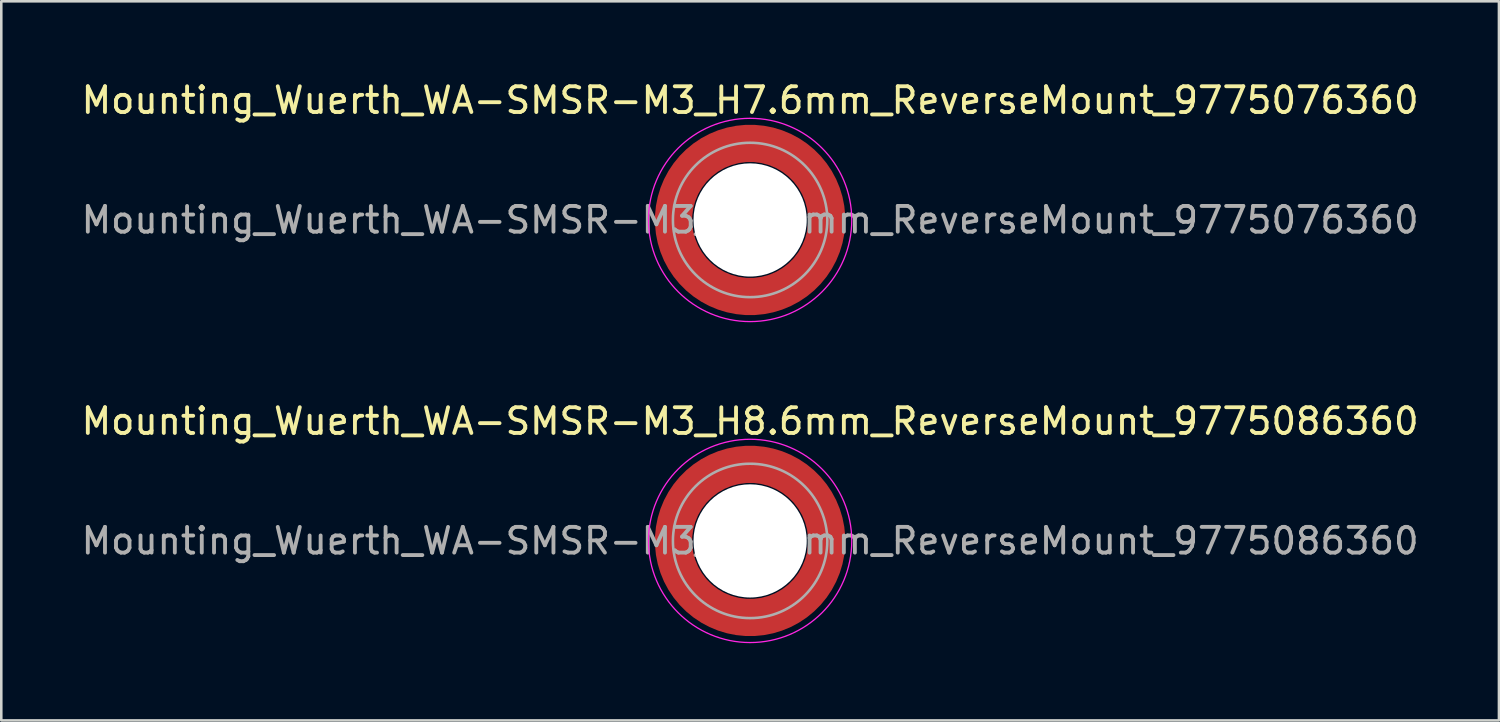
<source format=kicad_pcb>
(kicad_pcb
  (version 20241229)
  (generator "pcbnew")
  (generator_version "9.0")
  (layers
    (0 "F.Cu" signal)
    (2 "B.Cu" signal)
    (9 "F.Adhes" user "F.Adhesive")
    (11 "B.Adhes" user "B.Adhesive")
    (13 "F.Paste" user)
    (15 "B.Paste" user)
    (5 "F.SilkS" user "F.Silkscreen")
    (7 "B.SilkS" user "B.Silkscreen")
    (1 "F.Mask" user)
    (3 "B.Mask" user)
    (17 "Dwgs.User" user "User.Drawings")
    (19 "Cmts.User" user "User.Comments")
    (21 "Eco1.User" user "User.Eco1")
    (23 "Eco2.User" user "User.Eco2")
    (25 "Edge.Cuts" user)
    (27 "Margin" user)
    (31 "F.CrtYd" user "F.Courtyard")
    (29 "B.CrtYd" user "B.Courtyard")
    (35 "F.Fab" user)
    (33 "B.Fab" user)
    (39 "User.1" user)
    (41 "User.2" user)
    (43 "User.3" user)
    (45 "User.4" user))
  (footprint "Mounting_Wuerth_WA-SMSR-M3_H7.6mm_ReverseMount_9775076360"
    (layer "F.Cu")
    (at 26.101 5.498)
    (property "Reference" "Mounting_Wuerth_WA-SMSR-M3_H7.6mm_ReverseMount_9775076360" (at 0 -4.65 0) (layer "F.SilkS") (effects (font (size 1 1) (thickness 0.15))))
    (attr smd allow_soldermask_bridges)
    (fp_circle (center 0 0) (end 3.95 0) (stroke (width 0.05) (type solid)) (fill no) (layer "F.CrtYd"))
    (fp_circle (center 0 0) (end 3 0) (stroke (width 0.1) (type solid)) (fill no) (layer "F.Fab"))
    (fp_text user "${REFERENCE}" (at 0 0 0) (layer "F.Fab") (effects (font (size 1 1) (thickness 0.15))))
    (pad "" smd custom (at -2.095 -2.095) (size 0.672 0.672) (layers "F.Paste") (options (anchor circle)) (primitives (gr_arc (start -0.24231 1.594804) (mid 0.404819 0.404819) (end 1.594804 -0.24231) (width 0.2)) (gr_arc (start -0.3398 1.594804) (mid 0.337349 0.337349) (end 1.594804 -0.3398) (width 0.2)) (gr_arc (start -0.437132 1.594804) (mid 0.269879 0.269879) (end 1.594804 -0.437132) (width 0.2)) (gr_arc (start -0.534324 1.594804) (mid 0.202409 0.202409) (end 1.594804 -0.534324) (width 0.2)) (gr_arc (start -0.631391 1.594804) (mid 0.13494 0.13494) (end 1.594804 -0.631391) (width 0.2)) (gr_arc (start -0.728345 1.594804) (mid 0.06747 0.06747) (end 1.594804 -0.728345) (width 0.2)) (gr_arc (start -0.825197 1.594804) (mid 0 0) (end 1.594804 -0.825197) (width 0.2)) (gr_arc (start -0.921958 1.594804) (mid -0.06747 -0.06747) (end 1.594804 -0.921958) (width 0.2)) (gr_arc (start -1.018637 1.594804) (mid -0.13494 -0.13494) (end 1.594804 -1.018637) (width 0.2)) (gr_arc (start -1.115239 1.594804) (mid -0.202409 -0.202409) (end 1.594804 -1.115239) (width 0.2)) (gr_arc (start -1.211773 1.594804) (mid -0.269879 -0.269879) (end 1.594804 -1.211773) (width 0.2)) (gr_arc (start -1.308244 1.594804) (mid -0.337349 -0.337349) (end 1.594804 -1.308244) (width 0.2)) (gr_arc (start -1.404657 1.594804) (mid -0.404819 -0.404819) (end 1.594804 -1.404657) (width 0.2)) (gr_arc (start -1.404657 1.594804) (mid -0.404819 -0.404819) (end 1.594804 -1.404657) (width 0.2)) (gr_line (start 1.595 -0.242) (end 1.595 -1.405) (width 0.2)) (gr_line (start -0.242 1.595) (end -1.405 1.595) (width 0.2))))
    (pad "" smd custom (at -2.095 2.095) (size 0.672 0.672) (layers "F.Paste") (options (anchor circle)) (primitives (gr_arc (start 1.594804 0.24231) (mid 0.404819 -0.404819) (end -0.24231 -1.594804) (width 0.2)) (gr_arc (start 1.594804 0.3398) (mid 0.337349 -0.337349) (end -0.3398 -1.594804) (width 0.2)) (gr_arc (start 1.594804 0.437132) (mid 0.269879 -0.269879) (end -0.437132 -1.594804) (width 0.2)) (gr_arc (start 1.594804 0.534324) (mid 0.202409 -0.202409) (end -0.534324 -1.594804) (width 0.2)) (gr_arc (start 1.594804 0.631391) (mid 0.13494 -0.13494) (end -0.631391 -1.594804) (width 0.2)) (gr_arc (start 1.594804 0.728345) (mid 0.06747 -0.06747) (end -0.728345 -1.594804) (width 0.2)) (gr_arc (start 1.594804 0.825197) (mid 0 0) (end -0.825197 -1.594804) (width 0.2)) (gr_arc (start 1.594804 0.921958) (mid -0.06747 0.06747) (end -0.921958 -1.594804) (width 0.2)) (gr_arc (start 1.594804 1.018637) (mid -0.13494 0.13494) (end -1.018637 -1.594804) (width 0.2)) (gr_arc (start 1.594804 1.115239) (mid -0.202409 0.202409) (end -1.115239 -1.594804) (width 0.2)) (gr_arc (start 1.594804 1.211773) (mid -0.269879 0.269879) (end -1.211773 -1.594804) (width 0.2)) (gr_arc (start 1.594804 1.308244) (mid -0.337349 0.337349) (end -1.308244 -1.594804) (width 0.2)) (gr_arc (start 1.594804 1.404657) (mid -0.404819 0.404819) (end -1.404657 -1.594804) (width 0.2)) (gr_arc (start 1.594804 1.404657) (mid -0.404819 0.404819) (end -1.404657 -1.594804) (width 0.2)) (gr_line (start -0.242 -1.595) (end -1.405 -1.595) (width 0.2)) (gr_line (start 1.595 0.242) (end 1.595 1.405) (width 0.2))))
    (pad "" np_thru_hole circle (at 0 0) (size 4.4 4.4) (drill 4.4) (layers "*.Cu" "*.Mask"))
    (pad "" smd custom (at 2.095 -2.095) (size 0.672 0.672) (layers "F.Paste") (options (anchor circle)) (primitives (gr_arc (start -1.594804 -0.24231) (mid -0.404819 0.404819) (end 0.24231 1.594804) (width 0.2)) (gr_arc (start -1.594804 -0.3398) (mid -0.337349 0.337349) (end 0.3398 1.594804) (width 0.2)) (gr_arc (start -1.594804 -0.437132) (mid -0.269879 0.269879) (end 0.437132 1.594804) (width 0.2)) (gr_arc (start -1.594804 -0.534324) (mid -0.202409 0.202409) (end 0.534324 1.594804) (width 0.2)) (gr_arc (start -1.594804 -0.631391) (mid -0.13494 0.13494) (end 0.631391 1.594804) (width 0.2)) (gr_arc (start -1.594804 -0.728345) (mid -0.06747 0.06747) (end 0.728345 1.594804) (width 0.2)) (gr_arc (start -1.594804 -0.825197) (mid 0 0) (end 0.825197 1.594804) (width 0.2)) (gr_arc (start -1.594804 -0.921958) (mid 0.06747 -0.06747) (end 0.921958 1.594804) (width 0.2)) (gr_arc (start -1.594804 -1.018637) (mid 0.13494 -0.13494) (end 1.018637 1.594804) (width 0.2)) (gr_arc (start -1.594804 -1.115239) (mid 0.202409 -0.202409) (end 1.115239 1.594804) (width 0.2)) (gr_arc (start -1.594804 -1.211773) (mid 0.269879 -0.269879) (end 1.211773 1.594804) (width 0.2)) (gr_arc (start -1.594804 -1.308244) (mid 0.337349 -0.337349) (end 1.308244 1.594804) (width 0.2)) (gr_arc (start -1.594804 -1.404657) (mid 0.404819 -0.404819) (end 1.404657 1.594804) (width 0.2)) (gr_arc (start -1.594804 -1.404657) (mid 0.404819 -0.404819) (end 1.404657 1.594804) (width 0.2)) (gr_line (start 0.242 1.595) (end 1.405 1.595) (width 0.2)) (gr_line (start -1.595 -0.242) (end -1.595 -1.405) (width 0.2))))
    (pad "" smd custom (at 2.095 2.095) (size 0.672 0.672) (layers "F.Paste") (options (anchor circle)) (primitives (gr_arc (start 0.24231 -1.594804) (mid -0.404819 -0.404819) (end -1.594804 0.24231) (width 0.2)) (gr_arc (start 0.3398 -1.594804) (mid -0.337349 -0.337349) (end -1.594804 0.3398) (width 0.2)) (gr_arc (start 0.437132 -1.594804) (mid -0.269879 -0.269879) (end -1.594804 0.437132) (width 0.2)) (gr_arc (start 0.534324 -1.594804) (mid -0.202409 -0.202409) (end -1.594804 0.534324) (width 0.2)) (gr_arc (start 0.631391 -1.594804) (mid -0.13494 -0.13494) (end -1.594804 0.631391) (width 0.2)) (gr_arc (start 0.728345 -1.594804) (mid -0.06747 -0.06747) (end -1.594804 0.728345) (width 0.2)) (gr_arc (start 0.825197 -1.594804) (mid 0 0) (end -1.594804 0.825197) (width 0.2)) (gr_arc (start 0.921958 -1.594804) (mid 0.06747 0.06747) (end -1.594804 0.921958) (width 0.2)) (gr_arc (start 1.018637 -1.594804) (mid 0.13494 0.13494) (end -1.594804 1.018637) (width 0.2)) (gr_arc (start 1.115239 -1.594804) (mid 0.202409 0.202409) (end -1.594804 1.115239) (width 0.2)) (gr_arc (start 1.211773 -1.594804) (mid 0.269879 0.269879) (end -1.594804 1.211773) (width 0.2)) (gr_arc (start 1.308244 -1.594804) (mid 0.337349 0.337349) (end -1.594804 1.308244) (width 0.2)) (gr_arc (start 1.404657 -1.594804) (mid 0.404819 0.404819) (end -1.594804 1.404657) (width 0.2)) (gr_arc (start 1.404657 -1.594804) (mid 0.404819 0.404819) (end -1.594804 1.404657) (width 0.2)) (gr_line (start -1.595 0.242) (end -1.595 1.405) (width 0.2)) (gr_line (start 0.242 -1.595) (end 1.405 -1.595) (width 0.2))))
    (pad "1" smd circle (at -2.975 0) (size 0.942 0.942) (layers "F.Cu"))
    (pad "1" smd circle (at 0 -2.975) (size 0.942 0.942) (layers "F.Cu"))
    (pad "1" smd circle (at 0 2.975) (size 0.942 0.942) (layers "F.Cu"))
    (pad "1" smd custom (at 2.975 0) (size 1.45 1.45) (layers "F.Cu" "F.Mask") (options (anchor circle)) (primitives (gr_circle (center -2.975 0) (end 0 0) (width 1.45) (fill no)))))
  (footprint "Mounting_Wuerth_WA-SMSR-M3_H8.6mm_ReverseMount_9775086360"
    (layer "F.Cu")
    (at 26.101 17.971)
    (property "Reference" "Mounting_Wuerth_WA-SMSR-M3_H8.6mm_ReverseMount_9775086360" (at 0 -4.65 0) (layer "F.SilkS") (effects (font (size 1 1) (thickness 0.15))))
    (attr smd allow_soldermask_bridges)
    (fp_circle (center 0 0) (end 3.95 0) (stroke (width 0.05) (type solid)) (fill no) (layer "F.CrtYd"))
    (fp_circle (center 0 0) (end 3 0) (stroke (width 0.1) (type solid)) (fill no) (layer "F.Fab"))
    (fp_text user "${REFERENCE}" (at 0 0 0) (layer "F.Fab") (effects (font (size 1 1) (thickness 0.15))))
    (pad "" smd custom (at -2.095 -2.095) (size 0.672 0.672) (layers "F.Paste") (options (anchor circle)) (primitives (gr_arc (start -0.24231 1.594804) (mid 0.404819 0.404819) (end 1.594804 -0.24231) (width 0.2)) (gr_arc (start -0.3398 1.594804) (mid 0.337349 0.337349) (end 1.594804 -0.3398) (width 0.2)) (gr_arc (start -0.437132 1.594804) (mid 0.269879 0.269879) (end 1.594804 -0.437132) (width 0.2)) (gr_arc (start -0.534324 1.594804) (mid 0.202409 0.202409) (end 1.594804 -0.534324) (width 0.2)) (gr_arc (start -0.631391 1.594804) (mid 0.13494 0.13494) (end 1.594804 -0.631391) (width 0.2)) (gr_arc (start -0.728345 1.594804) (mid 0.06747 0.06747) (end 1.594804 -0.728345) (width 0.2)) (gr_arc (start -0.825197 1.594804) (mid 0 0) (end 1.594804 -0.825197) (width 0.2)) (gr_arc (start -0.921958 1.594804) (mid -0.06747 -0.06747) (end 1.594804 -0.921958) (width 0.2)) (gr_arc (start -1.018637 1.594804) (mid -0.13494 -0.13494) (end 1.594804 -1.018637) (width 0.2)) (gr_arc (start -1.115239 1.594804) (mid -0.202409 -0.202409) (end 1.594804 -1.115239) (width 0.2)) (gr_arc (start -1.211773 1.594804) (mid -0.269879 -0.269879) (end 1.594804 -1.211773) (width 0.2)) (gr_arc (start -1.308244 1.594804) (mid -0.337349 -0.337349) (end 1.594804 -1.308244) (width 0.2)) (gr_arc (start -1.404657 1.594804) (mid -0.404819 -0.404819) (end 1.594804 -1.404657) (width 0.2)) (gr_arc (start -1.404657 1.594804) (mid -0.404819 -0.404819) (end 1.594804 -1.404657) (width 0.2)) (gr_line (start 1.595 -0.242) (end 1.595 -1.405) (width 0.2)) (gr_line (start -0.242 1.595) (end -1.405 1.595) (width 0.2))))
    (pad "" smd custom (at -2.095 2.095) (size 0.672 0.672) (layers "F.Paste") (options (anchor circle)) (primitives (gr_arc (start 1.594804 0.24231) (mid 0.404819 -0.404819) (end -0.24231 -1.594804) (width 0.2)) (gr_arc (start 1.594804 0.3398) (mid 0.337349 -0.337349) (end -0.3398 -1.594804) (width 0.2)) (gr_arc (start 1.594804 0.437132) (mid 0.269879 -0.269879) (end -0.437132 -1.594804) (width 0.2)) (gr_arc (start 1.594804 0.534324) (mid 0.202409 -0.202409) (end -0.534324 -1.594804) (width 0.2)) (gr_arc (start 1.594804 0.631391) (mid 0.13494 -0.13494) (end -0.631391 -1.594804) (width 0.2)) (gr_arc (start 1.594804 0.728345) (mid 0.06747 -0.06747) (end -0.728345 -1.594804) (width 0.2)) (gr_arc (start 1.594804 0.825197) (mid 0 0) (end -0.825197 -1.594804) (width 0.2)) (gr_arc (start 1.594804 0.921958) (mid -0.06747 0.06747) (end -0.921958 -1.594804) (width 0.2)) (gr_arc (start 1.594804 1.018637) (mid -0.13494 0.13494) (end -1.018637 -1.594804) (width 0.2)) (gr_arc (start 1.594804 1.115239) (mid -0.202409 0.202409) (end -1.115239 -1.594804) (width 0.2)) (gr_arc (start 1.594804 1.211773) (mid -0.269879 0.269879) (end -1.211773 -1.594804) (width 0.2)) (gr_arc (start 1.594804 1.308244) (mid -0.337349 0.337349) (end -1.308244 -1.594804) (width 0.2)) (gr_arc (start 1.594804 1.404657) (mid -0.404819 0.404819) (end -1.404657 -1.594804) (width 0.2)) (gr_arc (start 1.594804 1.404657) (mid -0.404819 0.404819) (end -1.404657 -1.594804) (width 0.2)) (gr_line (start -0.242 -1.595) (end -1.405 -1.595) (width 0.2)) (gr_line (start 1.595 0.242) (end 1.595 1.405) (width 0.2))))
    (pad "" np_thru_hole circle (at 0 0) (size 4.4 4.4) (drill 4.4) (layers "*.Cu" "*.Mask"))
    (pad "" smd custom (at 2.095 -2.095) (size 0.672 0.672) (layers "F.Paste") (options (anchor circle)) (primitives (gr_arc (start -1.594804 -0.24231) (mid -0.404819 0.404819) (end 0.24231 1.594804) (width 0.2)) (gr_arc (start -1.594804 -0.3398) (mid -0.337349 0.337349) (end 0.3398 1.594804) (width 0.2)) (gr_arc (start -1.594804 -0.437132) (mid -0.269879 0.269879) (end 0.437132 1.594804) (width 0.2)) (gr_arc (start -1.594804 -0.534324) (mid -0.202409 0.202409) (end 0.534324 1.594804) (width 0.2)) (gr_arc (start -1.594804 -0.631391) (mid -0.13494 0.13494) (end 0.631391 1.594804) (width 0.2)) (gr_arc (start -1.594804 -0.728345) (mid -0.06747 0.06747) (end 0.728345 1.594804) (width 0.2)) (gr_arc (start -1.594804 -0.825197) (mid 0 0) (end 0.825197 1.594804) (width 0.2)) (gr_arc (start -1.594804 -0.921958) (mid 0.06747 -0.06747) (end 0.921958 1.594804) (width 0.2)) (gr_arc (start -1.594804 -1.018637) (mid 0.13494 -0.13494) (end 1.018637 1.594804) (width 0.2)) (gr_arc (start -1.594804 -1.115239) (mid 0.202409 -0.202409) (end 1.115239 1.594804) (width 0.2)) (gr_arc (start -1.594804 -1.211773) (mid 0.269879 -0.269879) (end 1.211773 1.594804) (width 0.2)) (gr_arc (start -1.594804 -1.308244) (mid 0.337349 -0.337349) (end 1.308244 1.594804) (width 0.2)) (gr_arc (start -1.594804 -1.404657) (mid 0.404819 -0.404819) (end 1.404657 1.594804) (width 0.2)) (gr_arc (start -1.594804 -1.404657) (mid 0.404819 -0.404819) (end 1.404657 1.594804) (width 0.2)) (gr_line (start 0.242 1.595) (end 1.405 1.595) (width 0.2)) (gr_line (start -1.595 -0.242) (end -1.595 -1.405) (width 0.2))))
    (pad "" smd custom (at 2.095 2.095) (size 0.672 0.672) (layers "F.Paste") (options (anchor circle)) (primitives (gr_arc (start 0.24231 -1.594804) (mid -0.404819 -0.404819) (end -1.594804 0.24231) (width 0.2)) (gr_arc (start 0.3398 -1.594804) (mid -0.337349 -0.337349) (end -1.594804 0.3398) (width 0.2)) (gr_arc (start 0.437132 -1.594804) (mid -0.269879 -0.269879) (end -1.594804 0.437132) (width 0.2)) (gr_arc (start 0.534324 -1.594804) (mid -0.202409 -0.202409) (end -1.594804 0.534324) (width 0.2)) (gr_arc (start 0.631391 -1.594804) (mid -0.13494 -0.13494) (end -1.594804 0.631391) (width 0.2)) (gr_arc (start 0.728345 -1.594804) (mid -0.06747 -0.06747) (end -1.594804 0.728345) (width 0.2)) (gr_arc (start 0.825197 -1.594804) (mid 0 0) (end -1.594804 0.825197) (width 0.2)) (gr_arc (start 0.921958 -1.594804) (mid 0.06747 0.06747) (end -1.594804 0.921958) (width 0.2)) (gr_arc (start 1.018637 -1.594804) (mid 0.13494 0.13494) (end -1.594804 1.018637) (width 0.2)) (gr_arc (start 1.115239 -1.594804) (mid 0.202409 0.202409) (end -1.594804 1.115239) (width 0.2)) (gr_arc (start 1.211773 -1.594804) (mid 0.269879 0.269879) (end -1.594804 1.211773) (width 0.2)) (gr_arc (start 1.308244 -1.594804) (mid 0.337349 0.337349) (end -1.594804 1.308244) (width 0.2)) (gr_arc (start 1.404657 -1.594804) (mid 0.404819 0.404819) (end -1.594804 1.404657) (width 0.2)) (gr_arc (start 1.404657 -1.594804) (mid 0.404819 0.404819) (end -1.594804 1.404657) (width 0.2)) (gr_line (start -1.595 0.242) (end -1.595 1.405) (width 0.2)) (gr_line (start 0.242 -1.595) (end 1.405 -1.595) (width 0.2))))
    (pad "1" smd circle (at -2.975 0) (size 0.942 0.942) (layers "F.Cu"))
    (pad "1" smd circle (at 0 -2.975) (size 0.942 0.942) (layers "F.Cu"))
    (pad "1" smd circle (at 0 2.975) (size 0.942 0.942) (layers "F.Cu"))
    (pad "1" smd custom (at 2.975 0) (size 1.45 1.45) (layers "F.Cu" "F.Mask") (options (anchor circle)) (primitives (gr_circle (center -2.975 0) (end 0 0) (width 1.45) (fill no)))))
  (gr_rect
    (start -3 -3)
    (end 55.202 24.947)
    (stroke (width 0.1) (type default))
    (fill no)
    (layer "Edge.Cuts")))
</source>
